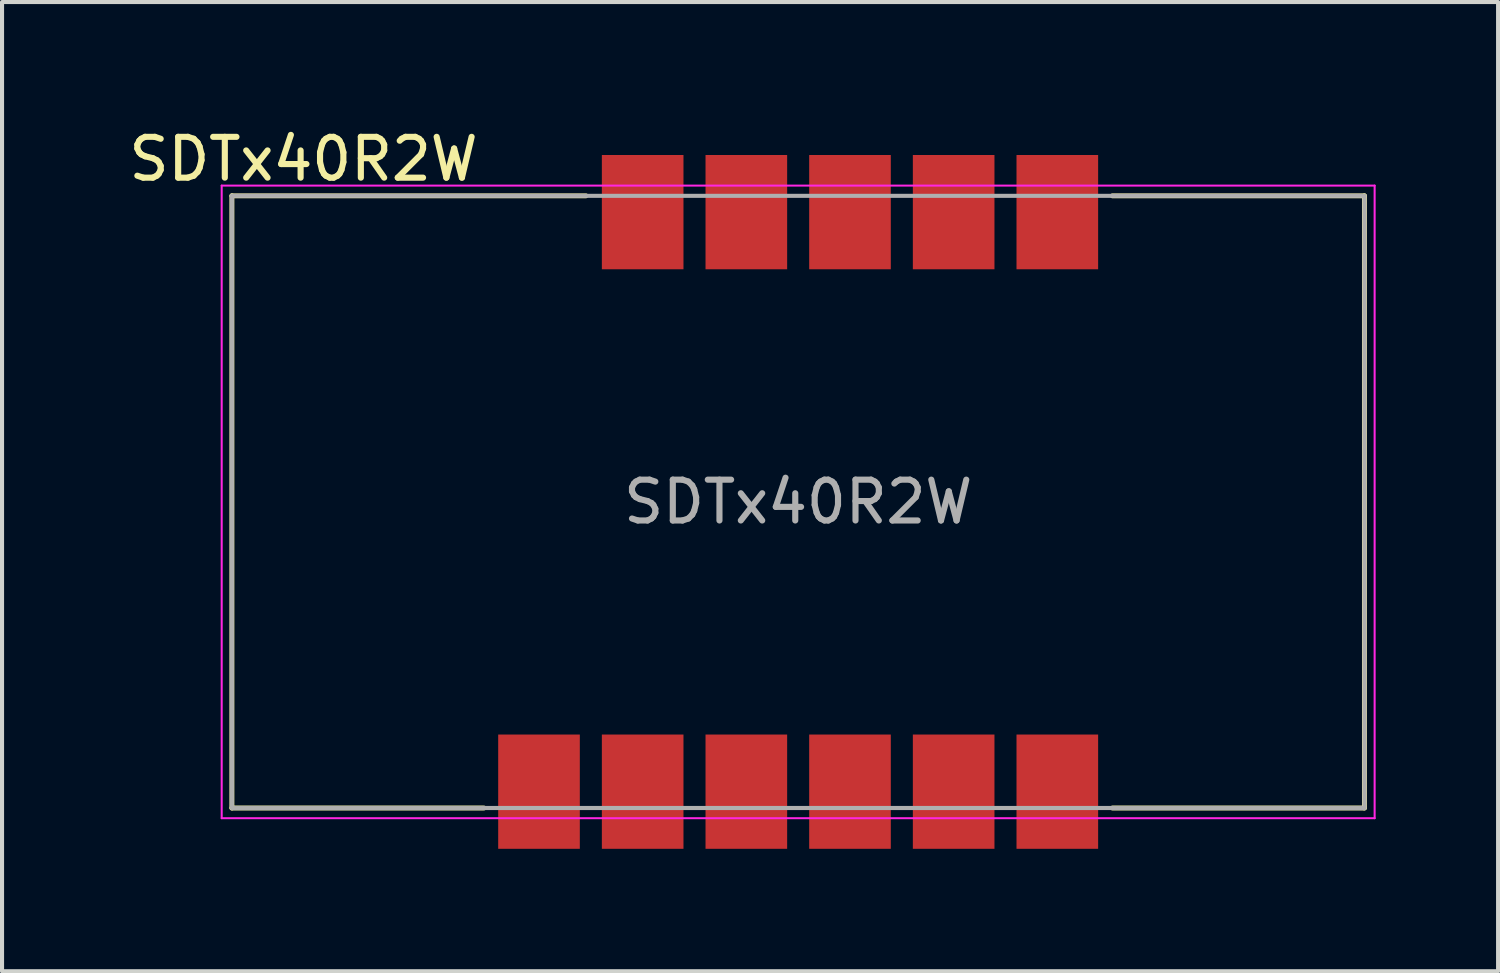
<source format=kicad_pcb>
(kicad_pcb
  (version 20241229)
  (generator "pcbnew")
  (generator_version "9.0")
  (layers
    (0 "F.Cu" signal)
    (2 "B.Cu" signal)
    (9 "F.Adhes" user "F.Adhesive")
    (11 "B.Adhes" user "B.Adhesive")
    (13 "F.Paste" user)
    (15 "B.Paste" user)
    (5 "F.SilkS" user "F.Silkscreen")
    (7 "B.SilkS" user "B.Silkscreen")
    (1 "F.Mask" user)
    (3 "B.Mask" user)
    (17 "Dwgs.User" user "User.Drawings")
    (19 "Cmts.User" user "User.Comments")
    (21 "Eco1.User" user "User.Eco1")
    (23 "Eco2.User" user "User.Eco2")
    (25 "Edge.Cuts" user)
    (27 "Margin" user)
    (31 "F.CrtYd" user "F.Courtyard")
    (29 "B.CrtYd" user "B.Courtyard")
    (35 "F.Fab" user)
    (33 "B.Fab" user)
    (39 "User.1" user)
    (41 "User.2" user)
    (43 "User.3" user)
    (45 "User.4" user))
  (footprint "SDTx40R2W"
    (layer "F.Cu")
    (at 16.507 9.248)
    (property "Reference" "SDTx40R2W" (at -12.12 -8.4 0) (layer "F.SilkS") (effects (font (size 1 1) (thickness 0.15))))
    (attr smd)
    (fp_line (start -13.875 -7.5) (end -13.875 7.5) (stroke (width 0.12) (type solid)) (layer "F.SilkS"))
    (fp_line (start -13.875 -7.5) (end -5.2 -7.5) (stroke (width 0.12) (type solid)) (layer "F.SilkS"))
    (fp_line (start -13.875 7.5) (end -7.7 7.5) (stroke (width 0.12) (type solid)) (layer "F.SilkS"))
    (fp_line (start 7.7 -7.5) (end 13.875 -7.5) (stroke (width 0.12) (type solid)) (layer "F.SilkS"))
    (fp_line (start 7.7 7.5) (end 13.875 7.5) (stroke (width 0.12) (type solid)) (layer "F.SilkS"))
    (fp_line (start 13.875 -7.5) (end 13.875 7.5) (stroke (width 0.12) (type solid)) (layer "F.SilkS"))
    (fp_line (start -14.125 -7.75) (end -14.125 7.75) (stroke (width 0.05) (type default)) (layer "F.CrtYd"))
    (fp_line (start -14.125 -7.75) (end 14.125 -7.75) (stroke (width 0.05) (type solid)) (layer "F.CrtYd"))
    (fp_line (start -14.125 7.75) (end 14.125 7.75) (stroke (width 0.05) (type solid)) (layer "F.CrtYd"))
    (fp_line (start 14.125 -7.75) (end 14.125 7.75) (stroke (width 0.05) (type default)) (layer "F.CrtYd"))
    (fp_line (start -13.875 -7.5) (end -13.875 7.5) (stroke (width 0.1) (type default)) (layer "F.Fab"))
    (fp_line (start 13.875 -7.5) (end -13.875 -7.5) (stroke (width 0.1) (type solid)) (layer "F.Fab"))
    (fp_line (start 13.875 -7.5) (end 13.875 7.5) (stroke (width 0.1) (type default)) (layer "F.Fab"))
    (fp_line (start 13.875 7.5) (end -13.875 7.5) (stroke (width 0.1) (type solid)) (layer "F.Fab"))
    (fp_text user "${REFERENCE}" (at 0 0 0) (layer "F.Fab") (effects (font (size 1 1) (thickness 0.15))))
    (pad "1" smd rect (at -6.35 7.1) (size 2 2.8) (layers "F.Cu" "F.Mask" "F.Paste"))
    (pad "2" smd rect (at -3.81 7.1) (size 2 2.8) (layers "F.Cu" "F.Mask" "F.Paste"))
    (pad "3" smd rect (at -1.27 7.1) (size 2 2.8) (layers "F.Cu" "F.Mask" "F.Paste"))
    (pad "4" smd rect (at 1.27 7.1) (size 2 2.8) (layers "F.Cu" "F.Mask" "F.Paste"))
    (pad "5" smd rect (at 3.81 7.1) (size 2 2.8) (layers "F.Cu" "F.Mask" "F.Paste"))
    (pad "6" smd rect (at 6.35 7.1) (size 2 2.8) (layers "F.Cu" "F.Mask" "F.Paste"))
    (pad "7" smd rect (at 6.35 -7.1) (size 2 2.8) (layers "F.Cu" "F.Mask" "F.Paste"))
    (pad "8" smd rect (at 3.81 -7.1) (size 2 2.8) (layers "F.Cu" "F.Mask" "F.Paste"))
    (pad "9" smd rect (at 1.27 -7.1) (size 2 2.8) (layers "F.Cu" "F.Mask" "F.Paste"))
    (pad "10" smd rect (at -1.27 -7.1) (size 2 2.8) (layers "F.Cu" "F.Mask" "F.Paste"))
    (pad "11" smd rect (at -3.81 -7.1) (size 2 2.8) (layers "F.Cu" "F.Mask" "F.Paste")))
  (gr_rect
    (start -3 -3)
    (end 33.657 20.748)
    (stroke (width 0.1) (type default))
    (fill no)
    (layer "Edge.Cuts")))
</source>
